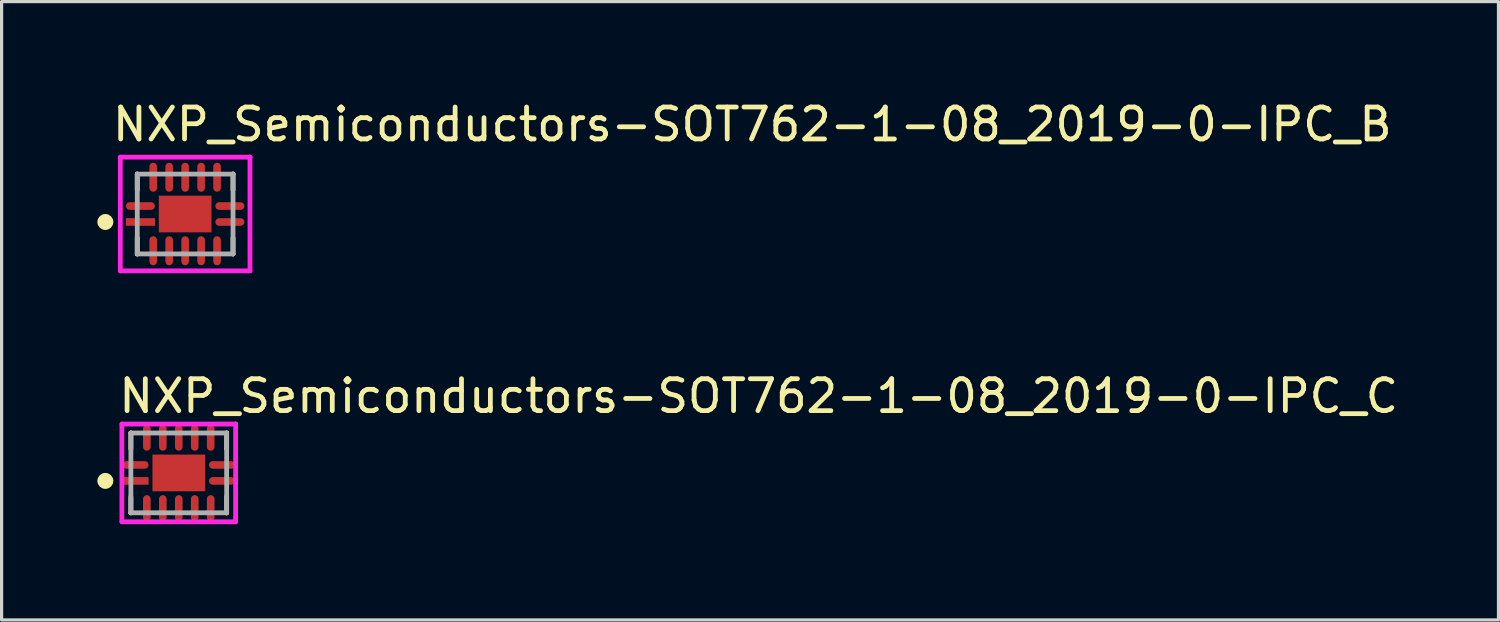
<source format=kicad_pcb>
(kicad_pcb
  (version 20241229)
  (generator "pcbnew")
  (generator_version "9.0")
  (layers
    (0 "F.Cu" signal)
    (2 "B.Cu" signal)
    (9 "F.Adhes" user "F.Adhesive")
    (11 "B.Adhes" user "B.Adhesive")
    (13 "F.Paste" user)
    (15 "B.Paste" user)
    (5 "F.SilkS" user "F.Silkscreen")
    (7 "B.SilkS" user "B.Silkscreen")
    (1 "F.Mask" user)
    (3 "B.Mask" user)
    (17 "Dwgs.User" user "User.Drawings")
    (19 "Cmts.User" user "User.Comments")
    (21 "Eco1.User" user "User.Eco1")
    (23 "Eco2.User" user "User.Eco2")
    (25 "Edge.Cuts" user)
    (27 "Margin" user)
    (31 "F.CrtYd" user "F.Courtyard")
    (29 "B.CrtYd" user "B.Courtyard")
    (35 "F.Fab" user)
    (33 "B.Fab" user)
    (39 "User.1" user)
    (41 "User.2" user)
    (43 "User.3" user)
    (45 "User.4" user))
  (footprint "NXP_Semiconductors-SOT762-1-08_2019-0-IPC_B"
    (layer "F.Cu")
    (at 2.75 3.654)
    (property "Reference" "NXP_Semiconductors-SOT762-1-08_2019-0-IPC_B" (at -2.356 -2.806 0) (layer "F.SilkS") (effects (font (size 1 1) (thickness 0.15)) (justify left)))
    (attr through_hole)
    (fp_line (start -1.5 -1.25) (end -1.5 -1.25) (stroke (width 0.15) (type solid)) (layer "F.SilkS"))
    (fp_line (start -1.5 -1.25) (end -1.5 -0.75) (stroke (width 0.15) (type solid)) (layer "F.SilkS"))
    (fp_line (start -1.5 1.25) (end -1.5 0.75) (stroke (width 0.15) (type solid)) (layer "F.SilkS"))
    (fp_line (start -1.5 1.25) (end -1.5 1.25) (stroke (width 0.15) (type solid)) (layer "F.SilkS"))
    (fp_line (start 1.5 -1.25) (end 1.5 -1.25) (stroke (width 0.15) (type solid)) (layer "F.SilkS"))
    (fp_line (start 1.5 -1.25) (end 1.5 -0.75) (stroke (width 0.15) (type solid)) (layer "F.SilkS"))
    (fp_line (start 1.5 1.25) (end 1.5 0.75) (stroke (width 0.15) (type solid)) (layer "F.SilkS"))
    (fp_line (start 1.5 1.25) (end 1.5 1.25) (stroke (width 0.15) (type solid)) (layer "F.SilkS"))
    (fp_circle (center -2.5 0.25) (end -2.375 0.25) (stroke (width 0.25) (type solid)) (fill no) (layer "F.SilkS"))
    (fp_poly (pts (xy -0.578 -0.328) (xy 0.578 -0.328) (xy 0.578 0.328) (xy -0.578 0.328)) (stroke (width 0) (type solid)) (fill yes) (layer "F.Paste"))
    (fp_line (start -2.031 -1.781) (end -2.031 1.781) (stroke (width 0.15) (type solid)) (layer "F.CrtYd"))
    (fp_line (start -2.031 1.781) (end 2.031 1.781) (stroke (width 0.15) (type solid)) (layer "F.CrtYd"))
    (fp_line (start 2.031 -1.781) (end -2.031 -1.781) (stroke (width 0.15) (type solid)) (layer "F.CrtYd"))
    (fp_line (start 2.031 -1.781) (end 2.031 -1.781) (stroke (width 0.15) (type solid)) (layer "F.CrtYd"))
    (fp_line (start 2.031 1.781) (end 2.031 -1.781) (stroke (width 0.15) (type solid)) (layer "F.CrtYd"))
    (fp_line (start -1.5 -1.25) (end 1.5 -1.25) (stroke (width 0.15) (type solid)) (layer "F.Fab"))
    (fp_line (start -1.5 1.25) (end -1.5 -1.25) (stroke (width 0.15) (type solid)) (layer "F.Fab"))
    (fp_line (start 1.5 -1.25) (end 1.5 1.25) (stroke (width 0.15) (type solid)) (layer "F.Fab"))
    (fp_line (start 1.5 1.25) (end -1.5 1.25) (stroke (width 0.15) (type solid)) (layer "F.Fab"))
    (pad "1" smd rect (at -1.401 0.25) (size 0.91 0.239) (layers "F.Cu" "F.Mask" "F.Paste"))
    (pad "2" smd roundrect (at -1 1.151) (size 0.239 0.91) (layers "F.Cu" "F.Mask" "F.Paste") (roundrect_rratio 0.5))
    (pad "3" smd roundrect (at -0.5 1.151) (size 0.239 0.91) (layers "F.Cu" "F.Mask" "F.Paste") (roundrect_rratio 0.5))
    (pad "4" smd roundrect (at 0.000001 1.151) (size 0.239 0.91) (layers "F.Cu" "F.Mask" "F.Paste") (roundrect_rratio 0.5))
    (pad "5" smd roundrect (at 0.5 1.151) (size 0.239 0.91) (layers "F.Cu" "F.Mask" "F.Paste") (roundrect_rratio 0.5))
    (pad "6" smd roundrect (at 1 1.151) (size 0.239 0.91) (layers "F.Cu" "F.Mask" "F.Paste") (roundrect_rratio 0.5))
    (pad "7" smd roundrect (at 1.401 0.25) (size 0.91 0.239) (layers "F.Cu" "F.Mask" "F.Paste") (roundrect_rratio 0.5))
    (pad "8" smd roundrect (at 1.401 -0.25) (size 0.91 0.239) (layers "F.Cu" "F.Mask" "F.Paste") (roundrect_rratio 0.5))
    (pad "9" smd roundrect (at 1 -1.151) (size 0.239 0.91) (layers "F.Cu" "F.Mask" "F.Paste") (roundrect_rratio 0.5))
    (pad "10" smd roundrect (at 0.5 -1.151) (size 0.239 0.91) (layers "F.Cu" "F.Mask" "F.Paste") (roundrect_rratio 0.5))
    (pad "11" smd roundrect (at 0.000001 -1.151) (size 0.239 0.91) (layers "F.Cu" "F.Mask" "F.Paste") (roundrect_rratio 0.5))
    (pad "12" smd roundrect (at -0.5 -1.151) (size 0.239 0.91) (layers "F.Cu" "F.Mask" "F.Paste") (roundrect_rratio 0.5))
    (pad "13" smd roundrect (at -1 -1.151) (size 0.239 0.91) (layers "F.Cu" "F.Mask" "F.Paste") (roundrect_rratio 0.5))
    (pad "14" smd roundrect (at -1.401 -0.25) (size 0.91 0.239) (layers "F.Cu" "F.Mask" "F.Paste") (roundrect_rratio 0.5))
    (pad "15" smd rect (at 0 0) (size 1.65 1.15) (layers "F.Cu" "F.Mask")))
  (footprint "NXP_Semiconductors-SOT762-1-08_2019-0-IPC_C"
    (layer "F.Cu")
    (at 2.55 11.765)
    (property "Reference" "NXP_Semiconductors-SOT762-1-08_2019-0-IPC_C" (at -1.956 -2.406 0) (layer "F.SilkS") (effects (font (size 1 1) (thickness 0.15)) (justify left)))
    (attr through_hole)
    (fp_line (start -1.5 -1.25) (end -1.5 -1.25) (stroke (width 0.15) (type solid)) (layer "F.SilkS"))
    (fp_line (start -1.5 -1.25) (end -1.5 -0.75) (stroke (width 0.15) (type solid)) (layer "F.SilkS"))
    (fp_line (start -1.5 1.25) (end -1.5 0.75) (stroke (width 0.15) (type solid)) (layer "F.SilkS"))
    (fp_line (start -1.5 1.25) (end -1.5 1.25) (stroke (width 0.15) (type solid)) (layer "F.SilkS"))
    (fp_line (start 1.5 -1.25) (end 1.5 -1.25) (stroke (width 0.15) (type solid)) (layer "F.SilkS"))
    (fp_line (start 1.5 -1.25) (end 1.5 -0.75) (stroke (width 0.15) (type solid)) (layer "F.SilkS"))
    (fp_line (start 1.5 1.25) (end 1.5 0.75) (stroke (width 0.15) (type solid)) (layer "F.SilkS"))
    (fp_line (start 1.5 1.25) (end 1.5 1.25) (stroke (width 0.15) (type solid)) (layer "F.SilkS"))
    (fp_circle (center -2.3 0.25) (end -2.175 0.25) (stroke (width 0.25) (type solid)) (fill no) (layer "F.SilkS"))
    (fp_poly (pts (xy -0.578 -0.328) (xy 0.578 -0.328) (xy 0.578 0.328) (xy -0.578 0.328)) (stroke (width 0) (type solid)) (fill yes) (layer "F.Paste"))
    (fp_line (start -1.781 -1.531) (end -1.781 1.531) (stroke (width 0.15) (type solid)) (layer "F.CrtYd"))
    (fp_line (start -1.781 1.531) (end 1.781 1.531) (stroke (width 0.15) (type solid)) (layer "F.CrtYd"))
    (fp_line (start 1.781 -1.531) (end -1.781 -1.531) (stroke (width 0.15) (type solid)) (layer "F.CrtYd"))
    (fp_line (start 1.781 -1.531) (end 1.781 -1.531) (stroke (width 0.15) (type solid)) (layer "F.CrtYd"))
    (fp_line (start 1.781 1.531) (end 1.781 -1.531) (stroke (width 0.15) (type solid)) (layer "F.CrtYd"))
    (fp_line (start -1.5 -1.25) (end 1.5 -1.25) (stroke (width 0.15) (type solid)) (layer "F.Fab"))
    (fp_line (start -1.5 1.25) (end -1.5 -1.25) (stroke (width 0.15) (type solid)) (layer "F.Fab"))
    (fp_line (start 1.5 -1.25) (end 1.5 1.25) (stroke (width 0.15) (type solid)) (layer "F.Fab"))
    (fp_line (start 1.5 1.25) (end -1.5 1.25) (stroke (width 0.15) (type solid)) (layer "F.Fab"))
    (pad "1" smd rect (at -1.351 0.25) (size 0.81 0.239) (layers "F.Cu" "F.Mask" "F.Paste"))
    (pad "2" smd roundrect (at -1 1.101) (size 0.239 0.81) (layers "F.Cu" "F.Mask" "F.Paste") (roundrect_rratio 0.5))
    (pad "3" smd roundrect (at -0.5 1.101) (size 0.239 0.81) (layers "F.Cu" "F.Mask" "F.Paste") (roundrect_rratio 0.5))
    (pad "4" smd roundrect (at 0.000001 1.101) (size 0.239 0.81) (layers "F.Cu" "F.Mask" "F.Paste") (roundrect_rratio 0.5))
    (pad "5" smd roundrect (at 0.5 1.101) (size 0.239 0.81) (layers "F.Cu" "F.Mask" "F.Paste") (roundrect_rratio 0.5))
    (pad "6" smd roundrect (at 1 1.101) (size 0.239 0.81) (layers "F.Cu" "F.Mask" "F.Paste") (roundrect_rratio 0.5))
    (pad "7" smd roundrect (at 1.351 0.25) (size 0.81 0.239) (layers "F.Cu" "F.Mask" "F.Paste") (roundrect_rratio 0.5))
    (pad "8" smd roundrect (at 1.351 -0.25) (size 0.81 0.239) (layers "F.Cu" "F.Mask" "F.Paste") (roundrect_rratio 0.5))
    (pad "9" smd roundrect (at 1 -1.101) (size 0.239 0.81) (layers "F.Cu" "F.Mask" "F.Paste") (roundrect_rratio 0.5))
    (pad "10" smd roundrect (at 0.5 -1.101) (size 0.239 0.81) (layers "F.Cu" "F.Mask" "F.Paste") (roundrect_rratio 0.5))
    (pad "11" smd roundrect (at 0.000001 -1.101) (size 0.239 0.81) (layers "F.Cu" "F.Mask" "F.Paste") (roundrect_rratio 0.5))
    (pad "12" smd roundrect (at -0.5 -1.101) (size 0.239 0.81) (layers "F.Cu" "F.Mask" "F.Paste") (roundrect_rratio 0.5))
    (pad "13" smd roundrect (at -1 -1.101) (size 0.239 0.81) (layers "F.Cu" "F.Mask" "F.Paste") (roundrect_rratio 0.5))
    (pad "14" smd roundrect (at -1.351 -0.25) (size 0.81 0.239) (layers "F.Cu" "F.Mask" "F.Paste") (roundrect_rratio 0.5))
    (pad "15" smd rect (at 0 0) (size 1.65 1.15) (layers "F.Cu" "F.Mask")))
  (gr_rect
    (start -3 -3)
    (end 43.892 16.371)
    (stroke (width 0.1) (type default))
    (fill no)
    (layer "Edge.Cuts")))
</source>
